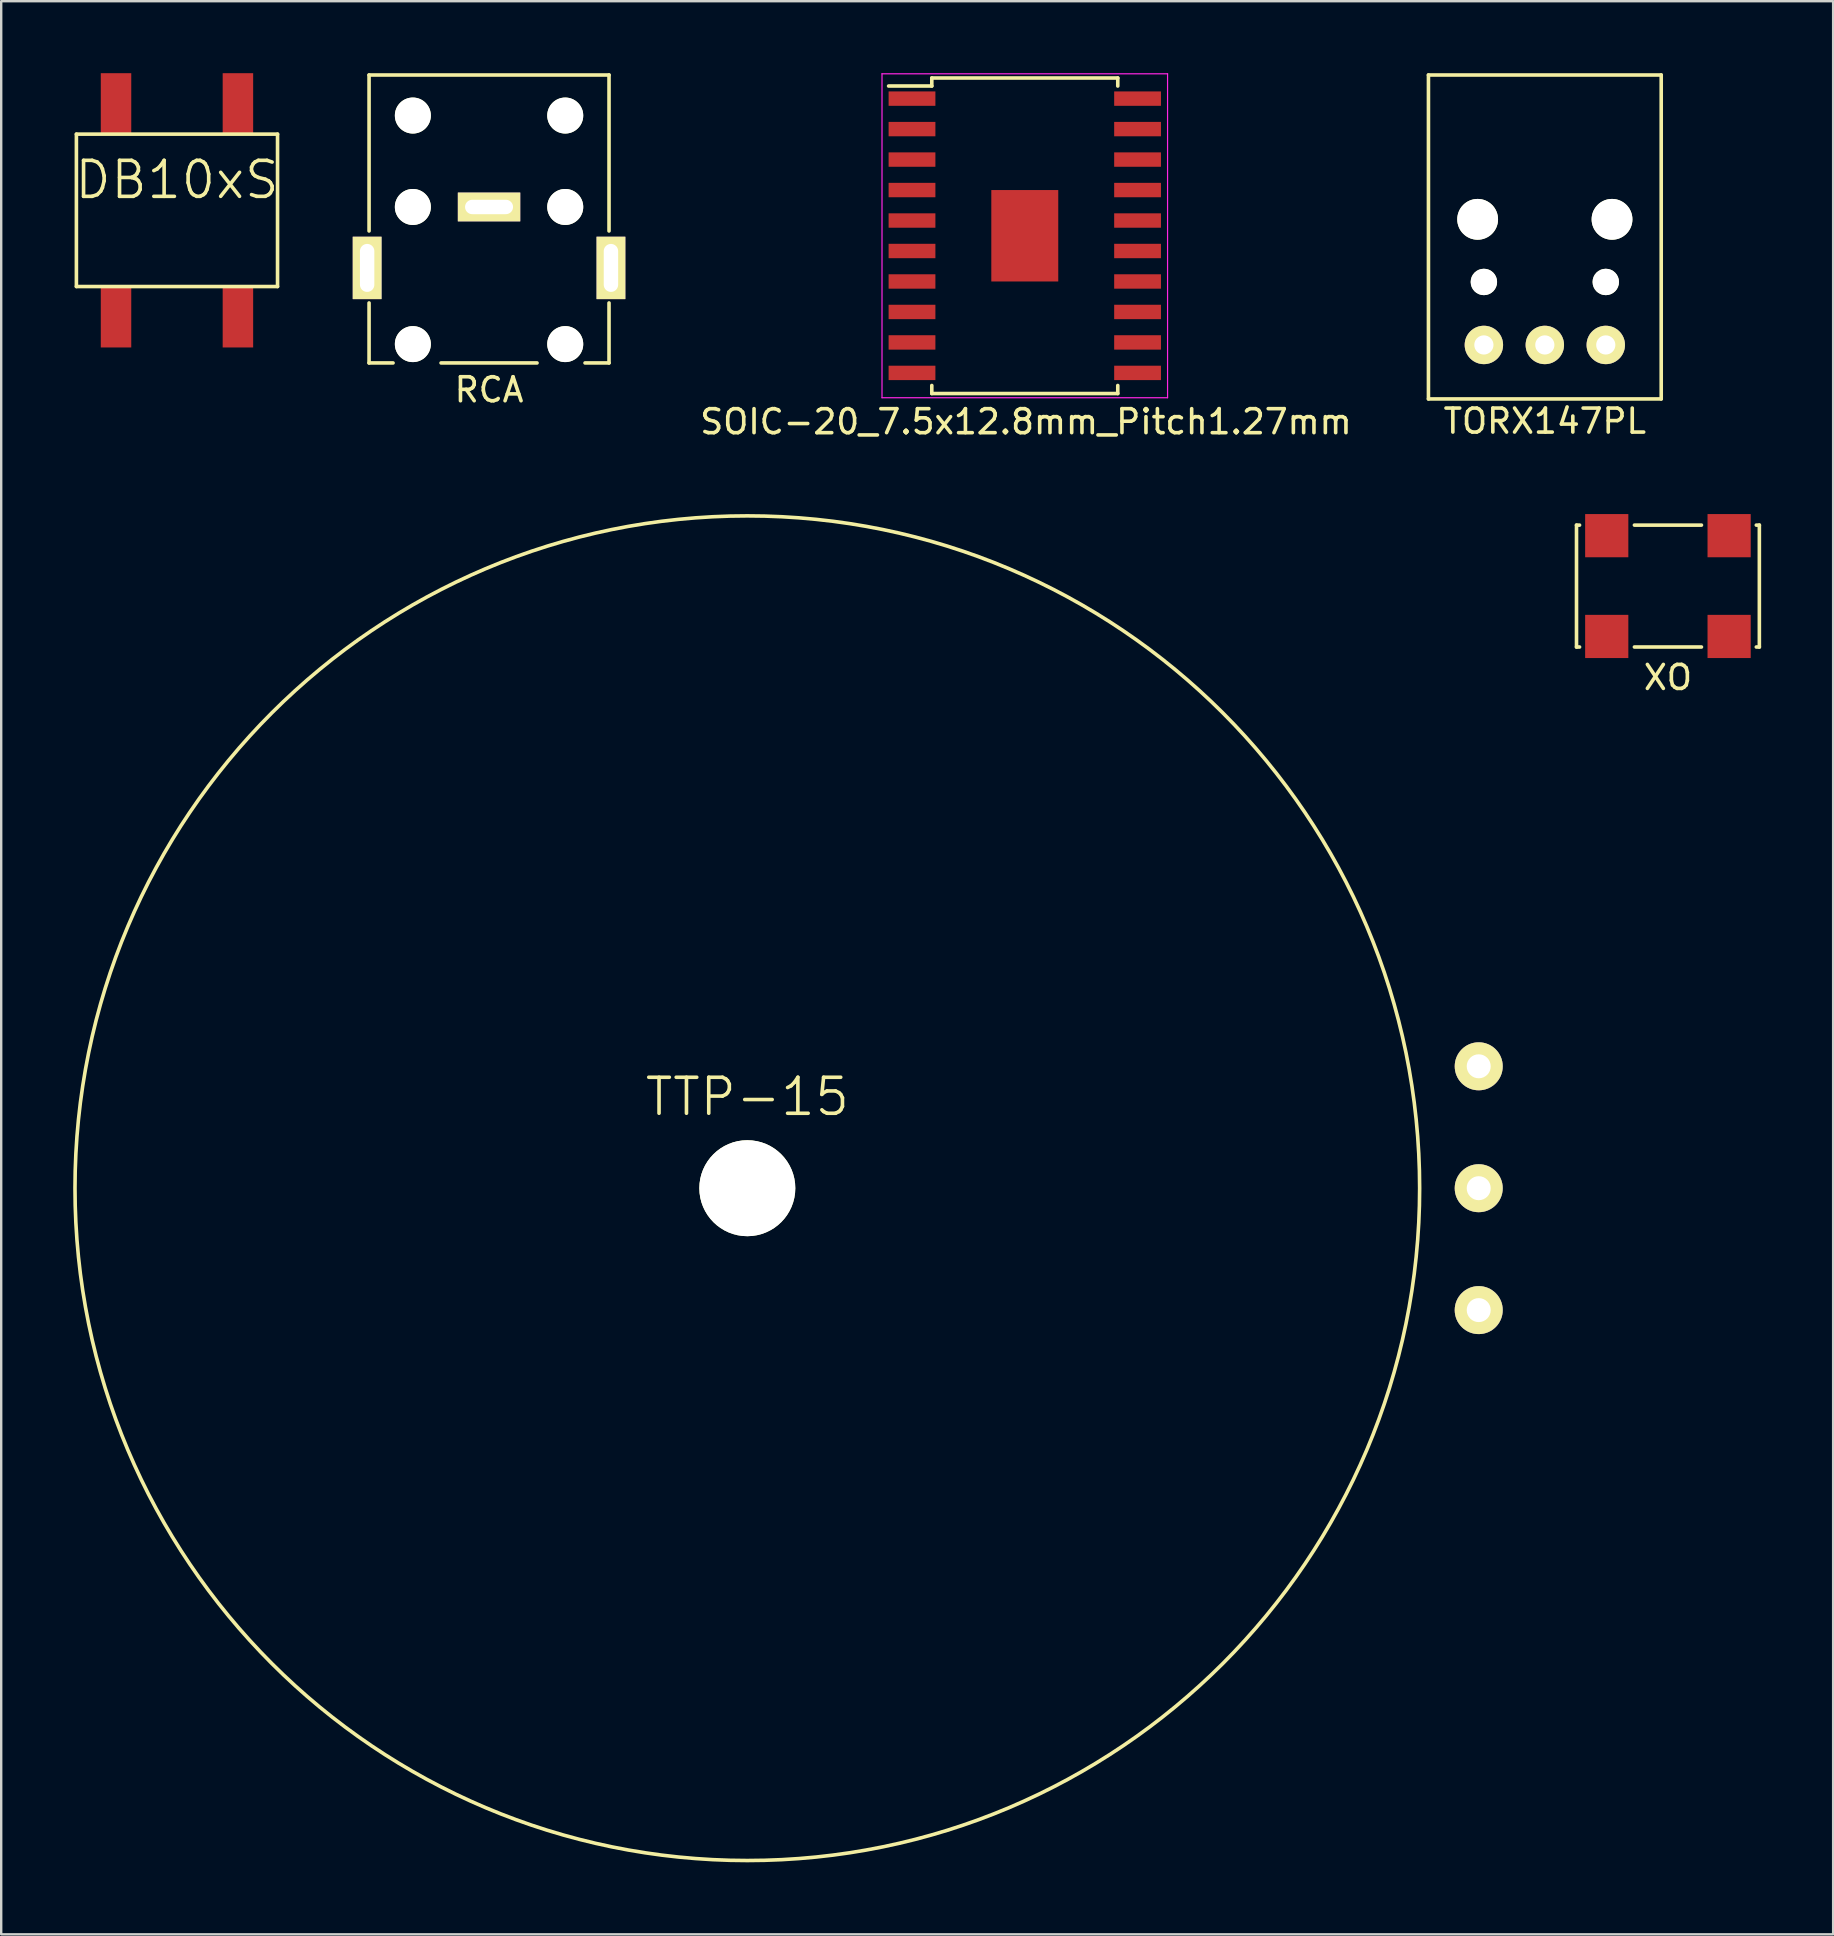
<source format=kicad_pcb>
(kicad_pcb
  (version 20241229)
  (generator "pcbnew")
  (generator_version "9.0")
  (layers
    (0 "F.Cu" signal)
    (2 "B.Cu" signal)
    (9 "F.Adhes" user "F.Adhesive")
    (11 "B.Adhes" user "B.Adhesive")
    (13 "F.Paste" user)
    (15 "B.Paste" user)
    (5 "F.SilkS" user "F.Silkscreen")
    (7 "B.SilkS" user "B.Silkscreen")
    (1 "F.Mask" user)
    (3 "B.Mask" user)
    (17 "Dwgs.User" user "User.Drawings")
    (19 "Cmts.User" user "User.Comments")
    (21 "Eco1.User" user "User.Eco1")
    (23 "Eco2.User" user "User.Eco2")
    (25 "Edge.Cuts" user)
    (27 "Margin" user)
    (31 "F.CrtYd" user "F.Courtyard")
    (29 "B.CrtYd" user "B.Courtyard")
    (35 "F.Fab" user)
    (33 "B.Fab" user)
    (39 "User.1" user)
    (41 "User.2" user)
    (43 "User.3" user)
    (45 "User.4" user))
  (footprint "SOIC-20_7.5x12.8mm_Pitch1.27mm"
    (layer "F.Cu")
    (at 39.656 6.775)
    (property "Reference" "SOIC-20_7.5x12.8mm_Pitch1.27mm" (at 0.05 7.75 180) (layer "F.SilkS") (effects (font (size 1 1) (thickness 0.15))))
    (attr smd)
    (fp_line (start -3.875 -6.575) (end -3.875 -6.24) (stroke (width 0.15) (type solid)) (layer "F.SilkS"))
    (fp_line (start -3.875 -6.575) (end 3.875 -6.575) (stroke (width 0.15) (type solid)) (layer "F.SilkS"))
    (fp_line (start -3.875 -6.24) (end -5.675 -6.24) (stroke (width 0.15) (type solid)) (layer "F.SilkS"))
    (fp_line (start -3.875 6.575) (end -3.875 6.24) (stroke (width 0.15) (type solid)) (layer "F.SilkS"))
    (fp_line (start -3.875 6.575) (end 3.875 6.575) (stroke (width 0.15) (type solid)) (layer "F.SilkS"))
    (fp_line (start 3.875 -6.575) (end 3.875 -6.24) (stroke (width 0.15) (type solid)) (layer "F.SilkS"))
    (fp_line (start 3.875 6.575) (end 3.875 6.24) (stroke (width 0.15) (type solid)) (layer "F.SilkS"))
    (fp_line (start -5.95 -6.75) (end -5.95 6.75) (stroke (width 0.05) (type solid)) (layer "F.CrtYd"))
    (fp_line (start -5.95 -6.75) (end 5.95 -6.75) (stroke (width 0.05) (type solid)) (layer "F.CrtYd"))
    (fp_line (start -5.95 6.75) (end 5.95 6.75) (stroke (width 0.05) (type solid)) (layer "F.CrtYd"))
    (fp_line (start 5.95 -6.75) (end 5.95 6.75) (stroke (width 0.05) (type solid)) (layer "F.CrtYd"))
    (pad "" smd rect (at 0 0) (size 2.79 3.81) (layers "F.Cu" "F.Mask" "F.Paste"))
    (pad "1" smd rect (at -4.7 -5.715) (size 1.95 0.6) (layers "F.Cu" "F.Mask" "F.Paste"))
    (pad "2" smd rect (at -4.7 -4.445) (size 1.95 0.6) (layers "F.Cu" "F.Mask" "F.Paste"))
    (pad "3" smd rect (at -4.7 -3.175) (size 1.95 0.6) (layers "F.Cu" "F.Mask" "F.Paste"))
    (pad "4" smd rect (at -4.7 -1.905) (size 1.95 0.6) (layers "F.Cu" "F.Mask" "F.Paste"))
    (pad "5" smd rect (at -4.7 -0.635) (size 1.95 0.6) (layers "F.Cu" "F.Mask" "F.Paste"))
    (pad "6" smd rect (at -4.7 0.635) (size 1.95 0.6) (layers "F.Cu" "F.Mask" "F.Paste"))
    (pad "7" smd rect (at -4.7 1.905) (size 1.95 0.6) (layers "F.Cu" "F.Mask" "F.Paste"))
    (pad "8" smd rect (at -4.7 3.175) (size 1.95 0.6) (layers "F.Cu" "F.Mask" "F.Paste"))
    (pad "9" smd rect (at -4.7 4.445) (size 1.95 0.6) (layers "F.Cu" "F.Mask" "F.Paste"))
    (pad "10" smd rect (at -4.7 5.715) (size 1.95 0.6) (layers "F.Cu" "F.Mask" "F.Paste"))
    (pad "11" smd rect (at 4.7 5.715) (size 1.95 0.6) (layers "F.Cu" "F.Mask" "F.Paste"))
    (pad "12" smd rect (at 4.7 4.445) (size 1.95 0.6) (layers "F.Cu" "F.Mask" "F.Paste"))
    (pad "13" smd rect (at 4.7 3.175) (size 1.95 0.6) (layers "F.Cu" "F.Mask" "F.Paste"))
    (pad "14" smd rect (at 4.7 1.905) (size 1.95 0.6) (layers "F.Cu" "F.Mask" "F.Paste"))
    (pad "15" smd rect (at 4.7 0.635) (size 1.95 0.6) (layers "F.Cu" "F.Mask" "F.Paste"))
    (pad "16" smd rect (at 4.7 -0.635) (size 1.95 0.6) (layers "F.Cu" "F.Mask" "F.Paste"))
    (pad "17" smd rect (at 4.7 -1.905) (size 1.95 0.6) (layers "F.Cu" "F.Mask" "F.Paste"))
    (pad "18" smd rect (at 4.7 -3.175) (size 1.95 0.6) (layers "F.Cu" "F.Mask" "F.Paste"))
    (pad "19" smd rect (at 4.7 -4.445) (size 1.95 0.6) (layers "F.Cu" "F.Mask" "F.Paste"))
    (pad "20" smd rect (at 4.7 -5.715) (size 1.95 0.6) (layers "F.Cu" "F.Mask" "F.Paste")))
  (footprint "RCA"
    (layer "F.Cu")
    (at 17.33 5.575)
    (property "Reference" "RCA" (at 0 7.62 0) (layer "F.SilkS") (effects (font (size 1 1) (thickness 0.15))))
    (attr through_hole)
    (fp_line (start -5 -5.5) (end -5 1) (stroke (width 0.15) (type solid)) (layer "F.SilkS"))
    (fp_line (start -5 -5.5) (end 5 -5.5) (stroke (width 0.15) (type solid)) (layer "F.SilkS"))
    (fp_line (start -5 6.5) (end -5 4) (stroke (width 0.15) (type solid)) (layer "F.SilkS"))
    (fp_line (start -5 6.5) (end -4 6.5) (stroke (width 0.15) (type solid)) (layer "F.SilkS"))
    (fp_line (start -2 6.5) (end 2 6.5) (stroke (width 0.15) (type solid)) (layer "F.SilkS"))
    (fp_line (start 4 6.5) (end 5 6.5) (stroke (width 0.15) (type solid)) (layer "F.SilkS"))
    (fp_line (start 5 -5.5) (end 5 1) (stroke (width 0.15) (type solid)) (layer "F.SilkS"))
    (fp_line (start 5 6.5) (end 5 4) (stroke (width 0.15) (type solid)) (layer "F.SilkS"))
    (pad "" np_thru_hole circle (at -3.175 -3.81) (size 1.5 1.5) (drill 1.5) (layers "*.Cu" "*.Mask" "F.SilkS"))
    (pad "" np_thru_hole circle (at -3.175 0) (size 1.5 1.5) (drill 1.5) (layers "*.Cu" "*.Mask" "F.SilkS"))
    (pad "" np_thru_hole circle (at -3.175 5.715) (size 1.5 1.5) (drill 1.5) (layers "*.Cu" "*.Mask" "F.SilkS"))
    (pad "" np_thru_hole circle (at 3.175 -3.81) (size 1.5 1.5) (drill 1.5) (layers "*.Cu" "*.Mask" "F.SilkS"))
    (pad "" np_thru_hole circle (at 3.175 0) (size 1.5 1.5) (drill 1.5) (layers "*.Cu" "*.Mask" "F.SilkS"))
    (pad "" np_thru_hole circle (at 3.175 5.715) (size 1.5 1.5) (drill 1.5) (layers "*.Cu" "*.Mask" "F.SilkS"))
    (pad "1" thru_hole rect (at 0 0) (size 2.6 1.2) (drill oval 2 0.6) (layers "*.Cu" "*.Mask" "F.SilkS"))
    (pad "2" thru_hole rect (at -5.08 2.54) (size 1.2 2.6) (drill oval 0.6 2) (layers "*.Cu" "*.Mask" "F.SilkS"))
    (pad "3" thru_hole rect (at 5.08 2.54) (size 1.2 2.6) (drill oval 0.6 2) (layers "*.Cu" "*.Mask" "F.SilkS")))
  (footprint "DB10xS"
    (layer "F.Cu")
    (at 4.325 5.715)
    (property "Reference" "DB10xS" (at 0 -1.27 0) (layer "F.SilkS") (effects (font (size 1.5 1.5) (thickness 0.15))))
    (attr through_hole)
    (fp_line (start -4.191 -3.175) (end 4.191 -3.175) (stroke (width 0.15) (type solid)) (layer "F.SilkS"))
    (fp_line (start -4.191 3.175) (end -4.191 -3.175) (stroke (width 0.15) (type solid)) (layer "F.SilkS"))
    (fp_line (start 4.191 -3.175) (end 4.191 3.175) (stroke (width 0.15) (type solid)) (layer "F.SilkS"))
    (fp_line (start 4.191 3.175) (end -4.191 3.175) (stroke (width 0.15) (type solid)) (layer "F.SilkS"))
    (pad "1" smd rect (at -2.54 4.445) (size 1.27 2.54) (layers "F.Cu" "F.Mask" "F.Paste"))
    (pad "2" smd rect (at 2.54 4.445) (size 1.27 2.54) (layers "F.Cu" "F.Mask" "F.Paste"))
    (pad "3" smd rect (at 2.54 -4.445) (size 1.27 2.54) (layers "F.Cu" "F.Mask" "F.Paste"))
    (pad "4" smd rect (at -2.54 -4.445) (size 1.27 2.54) (layers "F.Cu" "F.Mask" "F.Paste")))
  (footprint "XO"
    (layer "F.Cu")
    (at 66.458 21.373)
    (property "Reference" "XO" (at 0 3.81 0) (layer "F.SilkS") (effects (font (size 1 1) (thickness 0.15))))
    (attr through_hole)
    (fp_line (start -3.81 2.54) (end -3.81 -2.54) (stroke (width 0.15) (type solid)) (layer "F.SilkS"))
    (fp_line (start -3.81 2.54) (end -3.683 2.54) (stroke (width 0.15) (type solid)) (layer "F.SilkS"))
    (fp_line (start -3.683 -2.54) (end -3.81 -2.54) (stroke (width 0.15) (type solid)) (layer "F.SilkS"))
    (fp_line (start -1.397 -2.54) (end 1.397 -2.54) (stroke (width 0.15) (type solid)) (layer "F.SilkS"))
    (fp_line (start 1.397 2.54) (end -1.397 2.54) (stroke (width 0.15) (type solid)) (layer "F.SilkS"))
    (fp_line (start 3.683 -2.54) (end 3.81 -2.54) (stroke (width 0.15) (type solid)) (layer "F.SilkS"))
    (fp_line (start 3.81 -2.54) (end 3.81 2.54) (stroke (width 0.15) (type solid)) (layer "F.SilkS"))
    (fp_line (start 3.81 2.54) (end 3.683 2.54) (stroke (width 0.15) (type solid)) (layer "F.SilkS"))
    (pad "1" smd rect (at -2.55 2.1) (size 1.8 1.8) (layers "F.Cu" "F.Mask" "F.Paste"))
    (pad "2" smd rect (at 2.55 2.1) (size 1.8 1.8) (layers "F.Cu" "F.Mask" "F.Paste"))
    (pad "3" smd rect (at 2.55 -2.1) (size 1.8 1.8) (layers "F.Cu" "F.Mask" "F.Paste"))
    (pad "4" smd rect (at -2.55 -2.1) (size 1.8 1.8) (layers "F.Cu" "F.Mask" "F.Paste")))
  (footprint "TTP-15"
    (layer "F.Cu")
    (at 28.093 46.466)
    (property "Reference" "TTP-15" (at 0 -3.81 0) (layer "F.SilkS") (effects (font (size 1.5 1.5) (thickness 0.15))))
    (attr through_hole)
    (fp_circle (center 0 0) (end 28 1) (stroke (width 0.15) (type solid)) (fill no) (layer "F.SilkS"))
    (pad "" np_thru_hole circle (at 0 0) (size 4 4) (drill 4) (layers "*.Cu" "*.Mask" "F.SilkS"))
    (pad "1" thru_hole circle (at 30.48 -5.08) (size 2 2) (drill 1) (layers "*.Cu" "*.Mask" "F.SilkS"))
    (pad "2" thru_hole circle (at 30.48 0) (size 2 2) (drill 1) (layers "*.Cu" "*.Mask" "F.SilkS"))
    (pad "3" thru_hole circle (at 30.48 5.08) (size 2 2) (drill 1) (layers "*.Cu" "*.Mask" "F.SilkS")))
  (footprint "TORX147PL"
    (layer "F.Cu")
    (at 61.328 11.325)
    (property "Reference" "TORX147PL" (at 0 3.175 0) (layer "F.SilkS") (effects (font (size 1 1) (thickness 0.15))))
    (attr through_hole)
    (fp_line (start -4.85 -11.25) (end 4.85 -11.25) (stroke (width 0.15) (type solid)) (layer "F.SilkS"))
    (fp_line (start -4.85 2.25) (end -4.85 -11.25) (stroke (width 0.15) (type solid)) (layer "F.SilkS"))
    (fp_line (start 4.85 -11.25) (end 4.85 2.25) (stroke (width 0.15) (type solid)) (layer "F.SilkS"))
    (fp_line (start 4.85 2.25) (end -4.85 2.25) (stroke (width 0.15) (type solid)) (layer "F.SilkS"))
    (pad "" np_thru_hole circle (at -2.8 -5.235) (size 1.7 1.7) (drill 1.7) (layers "*.Cu" "*.Mask" "F.SilkS"))
    (pad "" np_thru_hole circle (at -2.54 -2.625) (size 1.1 1.1) (drill 1.1) (layers "*.Cu" "*.Mask" "F.SilkS"))
    (pad "" np_thru_hole circle (at 2.54 -2.625) (size 1.1 1.1) (drill 1.1) (layers "*.Cu" "*.Mask" "F.SilkS"))
    (pad "" np_thru_hole circle (at 2.8 -5.235) (size 1.7 1.7) (drill 1.7) (layers "*.Cu" "*.Mask" "F.SilkS"))
    (pad "1" thru_hole circle (at -2.54 0) (size 1.6 1.6) (drill 0.8) (layers "*.Cu" "*.Mask" "F.SilkS"))
    (pad "2" thru_hole circle (at 0 0) (size 1.6 1.6) (drill 0.8) (layers "*.Cu" "*.Mask" "F.SilkS"))
    (pad "3" thru_hole circle (at 2.54 0) (size 1.6 1.6) (drill 0.8) (layers "*.Cu" "*.Mask" "F.SilkS")))
  (gr_rect
    (start -3 -3)
    (end 73.343 77.559)
    (stroke (width 0.1) (type default))
    (fill no)
    (layer "Edge.Cuts")))
</source>
